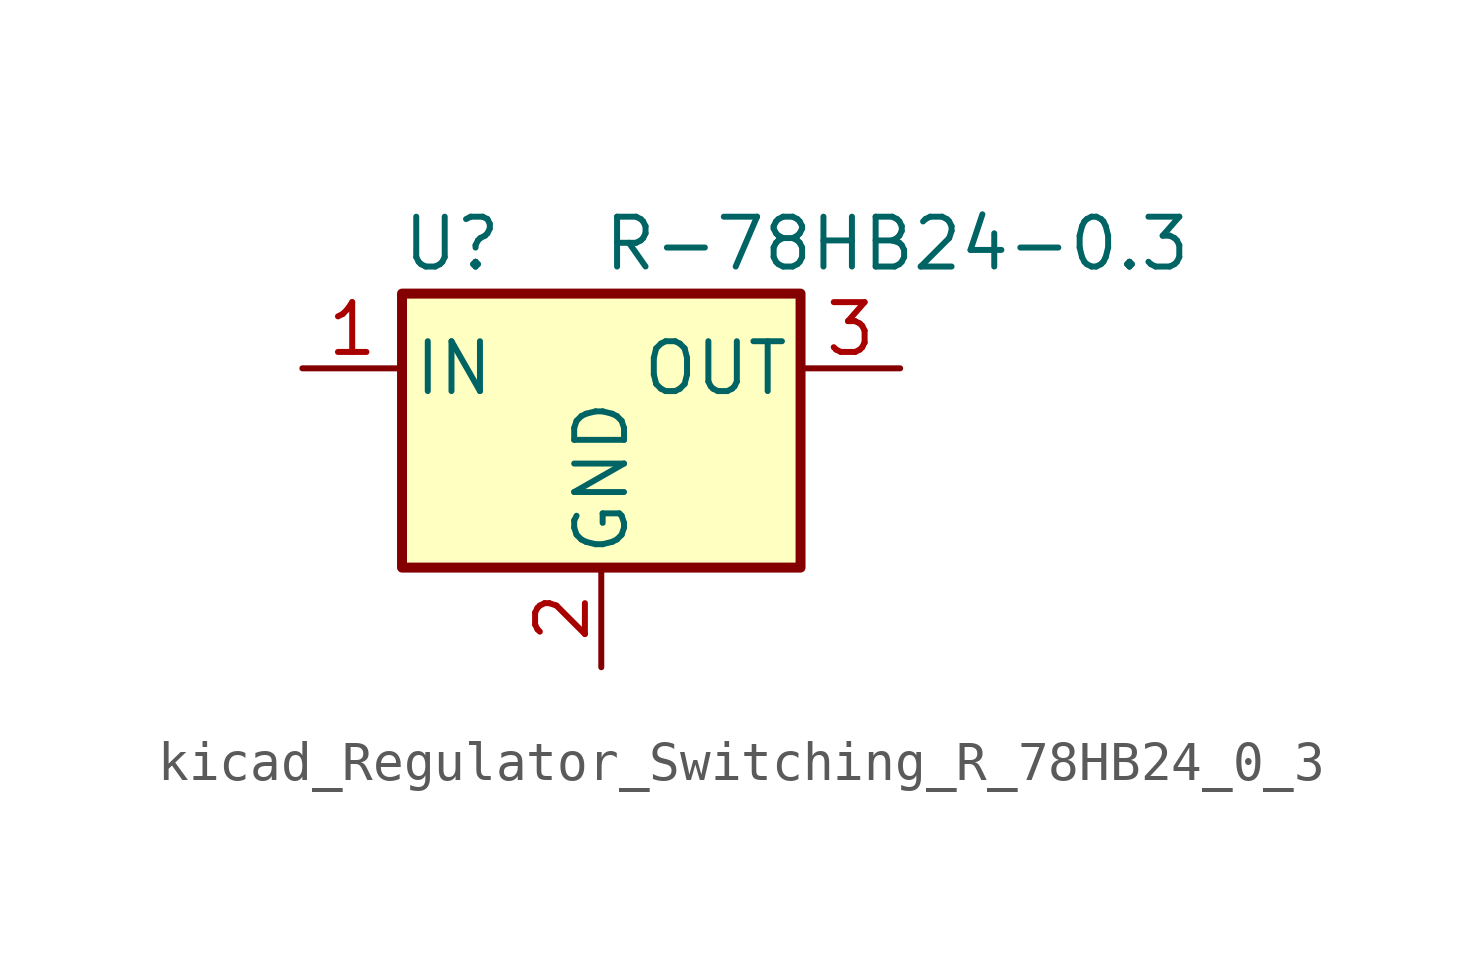
<source format=kicad_sym>
(kicad_symbol_lib
  (version 20220914)
  (generator kicad_symbol_editor)
  (symbol "kicad_Regulator_Switching_R_78HB24_0_3"
    (pin_names
      (offset 0.254))
    (property "Reference" "U"
      (at -3.81 3.175 0)
      (effects (font (size 1.27 1.27))))
    (property "Value" "R-78HB24-0.3"
      (at 0 3.175 0)
      (effects (font (size 1.27 1.27)) (justify left)))
    (symbol "kicad_Regulator_Switching_R_78HB24_0_3_0_1"
      (rectangle (start -5.08 1.905) (end 5.08 -5.08) (stroke (width 0.254) (type default)) (fill (type background))))
    (symbol "kicad_Regulator_Switching_R_78HB24_0_3_1_1"
      (pin power_in line (at -7.62 0 0) (length 2.54) (name "IN" (effects (font (size 1.27 1.27)))) (number "1" (effects (font (size 1.27 1.27)))))
      (pin power_in line (at 0 -7.62 90) (length 2.54) (name "GND" (effects (font (size 1.27 1.27)))) (number "2" (effects (font (size 1.27 1.27)))))
      (pin power_out line (at 7.62 0 180) (length 2.54) (name "OUT" (effects (font (size 1.27 1.27)))) (number "3" (effects (font (size 1.27 1.27))))))))
</source>
